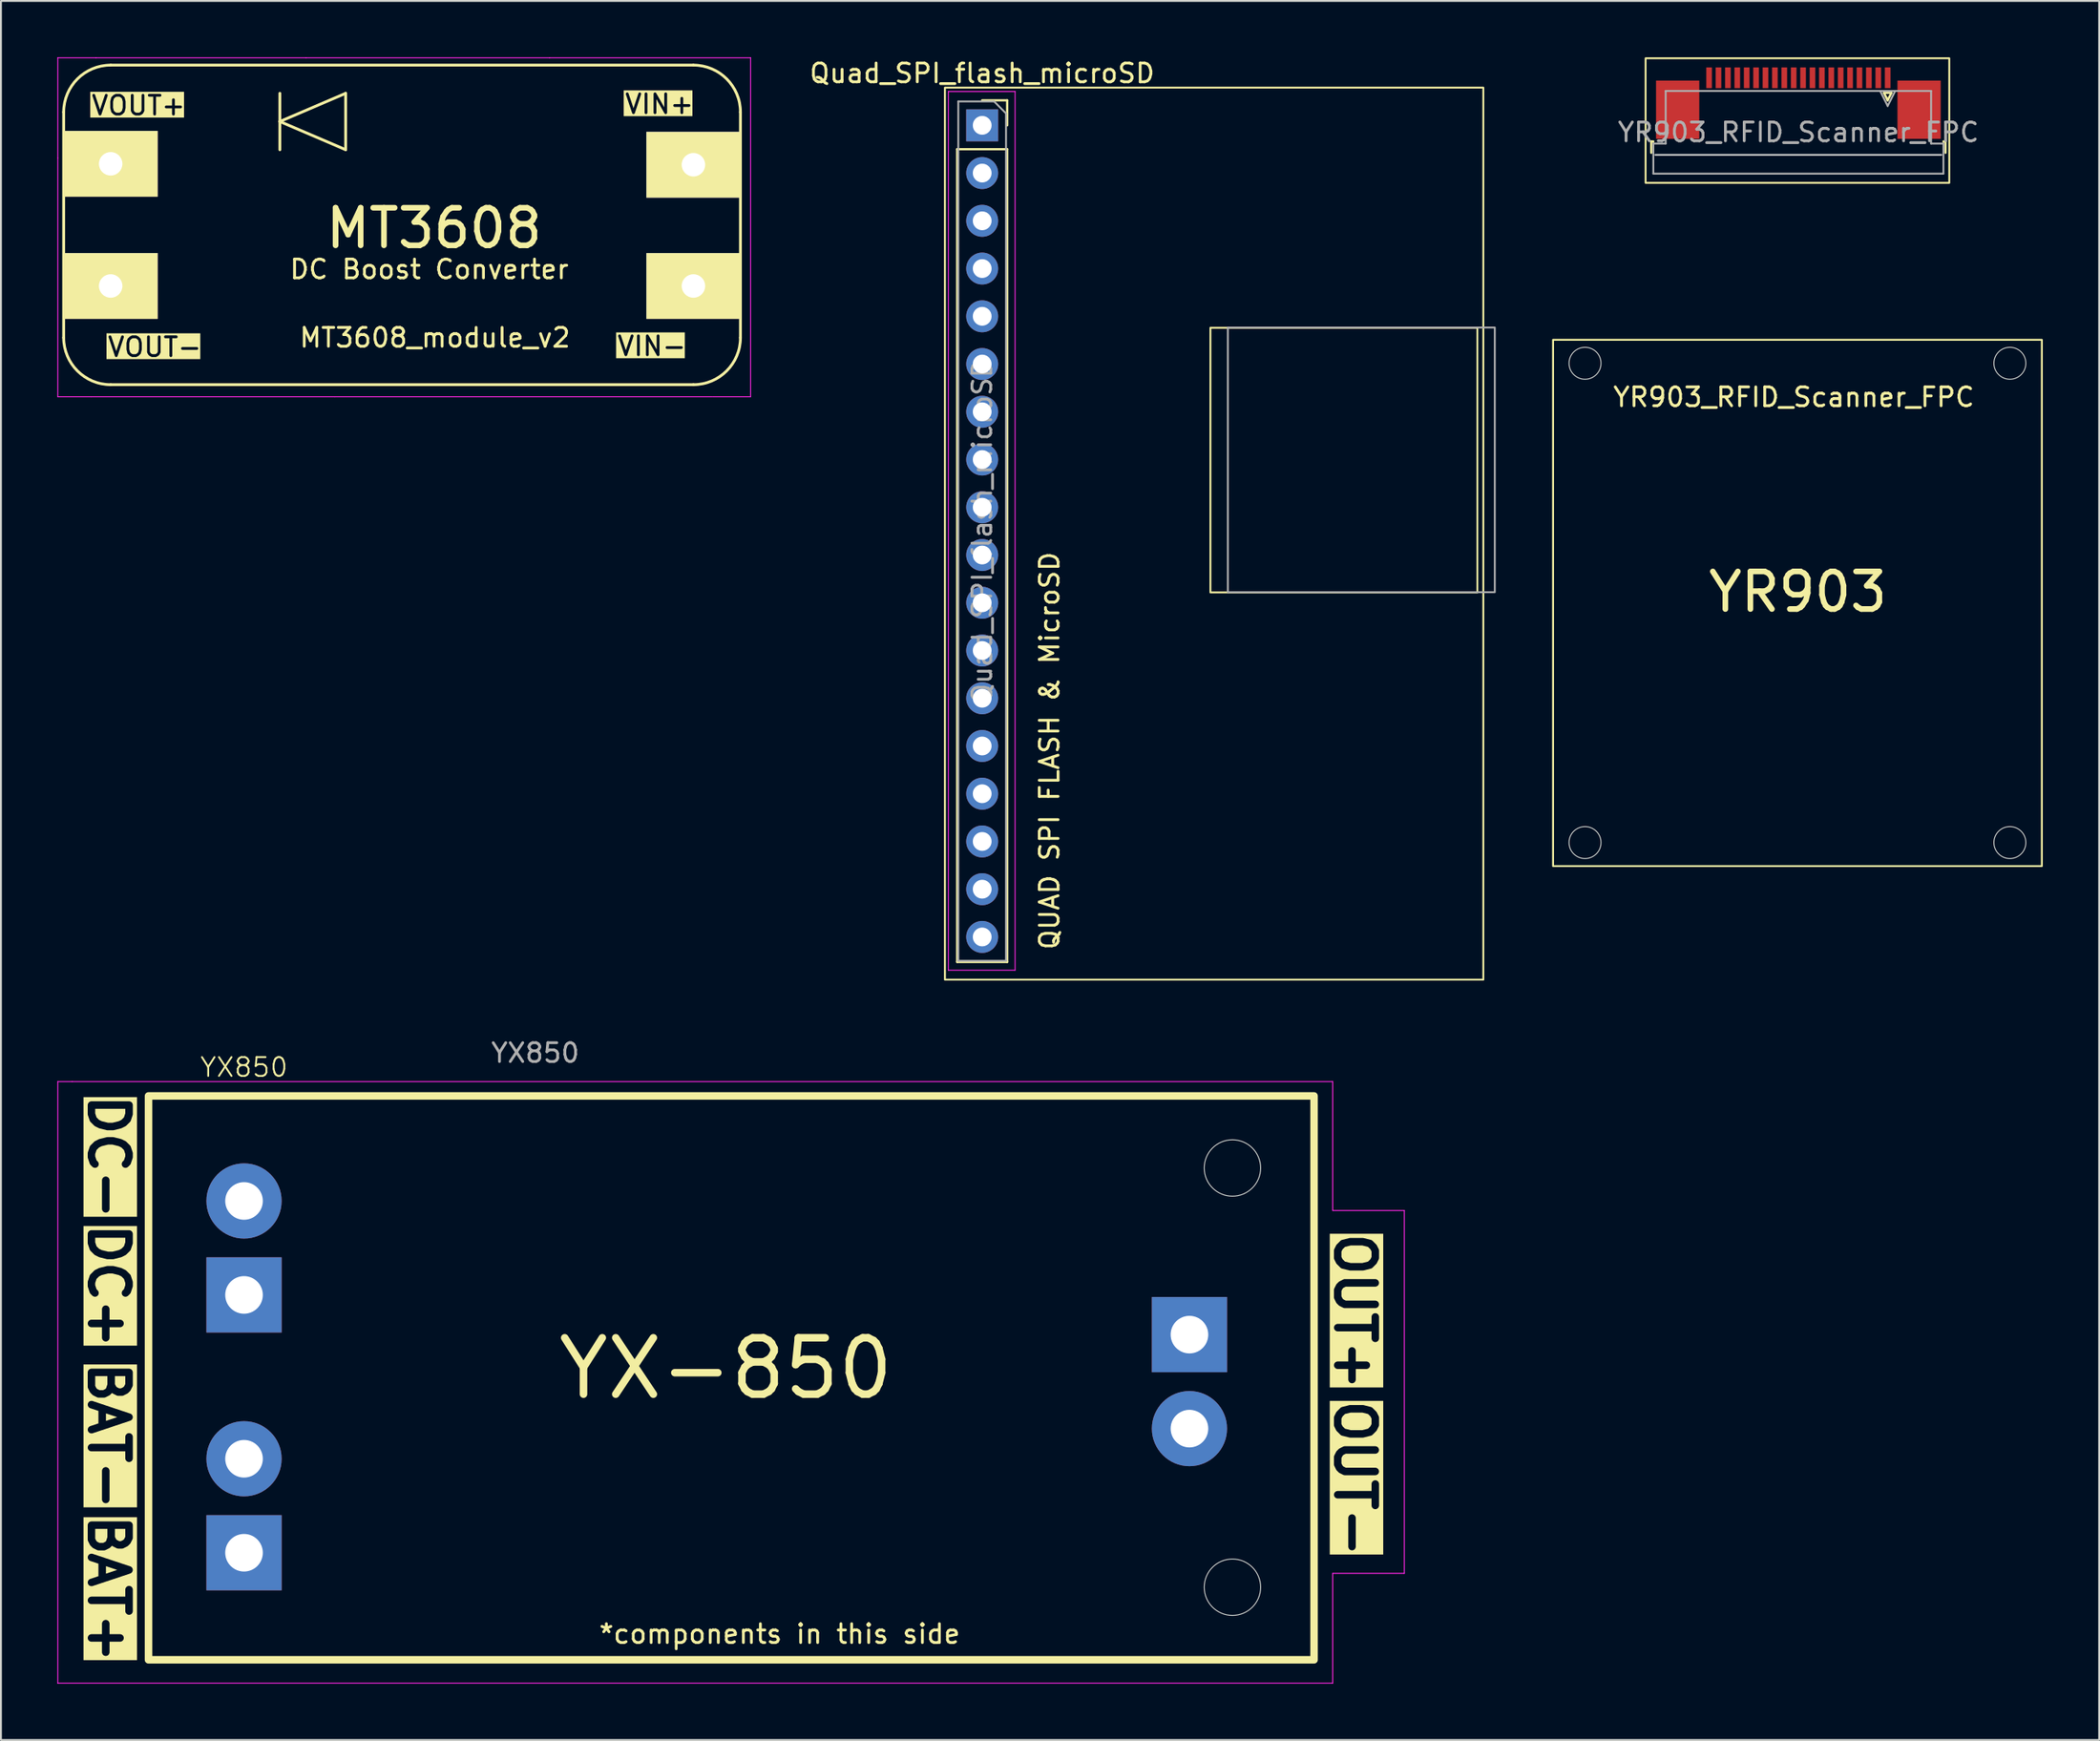
<source format=kicad_pcb>
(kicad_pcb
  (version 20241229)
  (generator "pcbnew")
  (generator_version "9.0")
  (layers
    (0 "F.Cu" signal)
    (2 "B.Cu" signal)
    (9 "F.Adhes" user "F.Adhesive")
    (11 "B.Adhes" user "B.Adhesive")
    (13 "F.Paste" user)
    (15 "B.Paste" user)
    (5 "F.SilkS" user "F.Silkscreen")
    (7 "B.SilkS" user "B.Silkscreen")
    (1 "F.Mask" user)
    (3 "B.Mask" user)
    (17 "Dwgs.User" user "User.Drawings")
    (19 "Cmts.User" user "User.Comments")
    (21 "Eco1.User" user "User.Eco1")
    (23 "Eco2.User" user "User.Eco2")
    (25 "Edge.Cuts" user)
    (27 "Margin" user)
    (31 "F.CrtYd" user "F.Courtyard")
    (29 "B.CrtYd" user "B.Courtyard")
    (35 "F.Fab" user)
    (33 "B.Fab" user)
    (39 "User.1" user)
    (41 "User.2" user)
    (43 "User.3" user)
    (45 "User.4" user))
  (footprint "YR903_RFID_Scanner_FPC"
    (layer "F.Cu")
    (at 92.372 21.179)
    (property "Reference" "YR903_RFID_Scanner_FPC" (at 0 -3.1 0) (layer "F.SilkS") (effects (font (size 1 1) (thickness 0.15))))
    (attr smd)
    (fp_line (start -7.582 -16.701) (end -7.582 -16.101) (stroke (width 0.12) (type solid)) (layer "F.SilkS"))
    (fp_line (start -7.472 -16.701) (end -7.582 -16.701) (stroke (width 0.12) (type solid)) (layer "F.SilkS"))
    (fp_line (start 4.793 -19.291) (end 5.193 -19.291) (stroke (width 0.12) (type solid)) (layer "F.SilkS"))
    (fp_line (start 4.993 -18.891) (end 4.793 -19.291) (stroke (width 0.12) (type solid)) (layer "F.SilkS"))
    (fp_line (start 5.193 -19.291) (end 4.993 -18.891) (stroke (width 0.12) (type solid)) (layer "F.SilkS"))
    (fp_line (start 7.958 -16.701) (end 8.068 -16.701) (stroke (width 0.12) (type solid)) (layer "F.SilkS"))
    (fp_line (start 8.068 -16.701) (end 8.068 -16.101) (stroke (width 0.12) (type solid)) (layer "F.SilkS"))
    (fp_rect (start -12.807 -6.152) (end 13.193 21.848) (stroke (width 0.1) (type default)) (fill no) (layer "F.SilkS"))
    (fp_rect (start 8.27 -21.129) (end -7.885 -14.5) (stroke (width 0.1) (type default)) (fill no) (layer "F.SilkS"))
    (fp_line (start -7.362 -15.991) (end 7.848 -15.991) (stroke (width 0.1) (type solid)) (layer "Dwgs.User"))
    (fp_circle (center -11.107 -4.902) (end -10.257 -4.902) (stroke (width 0.05) (type default)) (fill no) (layer "Edge.Cuts"))
    (fp_circle (center -11.107 20.598) (end -10.257 20.598) (stroke (width 0.05) (type default)) (fill no) (layer "Edge.Cuts"))
    (fp_circle (center 11.493 -4.902) (end 12.343 -4.902) (stroke (width 0.05) (type default)) (fill no) (layer "Edge.Cuts"))
    (fp_circle (center 11.493 20.598) (end 12.343 20.598) (stroke (width 0.05) (type default)) (fill no) (layer "Edge.Cuts"))
    (fp_line (start -7.472 -16.591) (end -7.472 -14.991) (stroke (width 0.1) (type solid)) (layer "F.Fab"))
    (fp_line (start -7.472 -14.991) (end 7.958 -14.991) (stroke (width 0.1) (type solid)) (layer "F.Fab"))
    (fp_line (start -6.817 -19.391) (end -6.817 -16.591) (stroke (width 0.1) (type solid)) (layer "F.Fab"))
    (fp_line (start -6.817 -16.591) (end -7.472 -16.591) (stroke (width 0.1) (type solid)) (layer "F.Fab"))
    (fp_line (start 4.993 -18.591) (end 4.593 -19.391) (stroke (width 0.1) (type solid)) (layer "F.Fab"))
    (fp_line (start 5.393 -19.391) (end 4.993 -18.591) (stroke (width 0.1) (type solid)) (layer "F.Fab"))
    (fp_line (start 7.303 -19.391) (end -6.817 -19.391) (stroke (width 0.1) (type solid)) (layer "F.Fab"))
    (fp_line (start 7.303 -16.591) (end 7.303 -19.391) (stroke (width 0.1) (type solid)) (layer "F.Fab"))
    (fp_line (start 7.958 -16.591) (end 7.303 -16.591) (stroke (width 0.1) (type solid)) (layer "F.Fab"))
    (fp_line (start 7.958 -14.991) (end 7.958 -16.591) (stroke (width 0.1) (type solid)) (layer "F.Fab"))
    (fp_text user "YR903" (at -4.697 8.433 0) (unlocked yes) (layer "F.SilkS") (effects (font (size 2 2) (thickness 0.3)) (justify left bottom)))
    (fp_text user "${REFERENCE}" (at 0.243 -17.191 0) (layer "F.Fab") (effects (font (size 1 1) (thickness 0.15))))
    (pad "1" smd rect (at 4.993 -20.091) (size 0.3 1.1) (layers "F.Cu" "F.Mask" "F.Paste"))
    (pad "2" smd rect (at 4.493 -20.091) (size 0.3 1.1) (layers "F.Cu" "F.Mask" "F.Paste"))
    (pad "3" smd rect (at 3.993 -20.091) (size 0.3 1.1) (layers "F.Cu" "F.Mask" "F.Paste"))
    (pad "4" smd rect (at 3.493 -20.091) (size 0.3 1.1) (layers "F.Cu" "F.Mask" "F.Paste"))
    (pad "5" smd rect (at 2.993 -20.091) (size 0.3 1.1) (layers "F.Cu" "F.Mask" "F.Paste"))
    (pad "6" smd rect (at 2.493 -20.091) (size 0.3 1.1) (layers "F.Cu" "F.Mask" "F.Paste"))
    (pad "7" smd rect (at 1.993 -20.091) (size 0.3 1.1) (layers "F.Cu" "F.Mask" "F.Paste"))
    (pad "8" smd rect (at 1.493 -20.091) (size 0.3 1.1) (layers "F.Cu" "F.Mask" "F.Paste"))
    (pad "9" smd rect (at 0.993 -20.091) (size 0.3 1.1) (layers "F.Cu" "F.Mask" "F.Paste"))
    (pad "10" smd rect (at 0.493 -20.091) (size 0.3 1.1) (layers "F.Cu" "F.Mask" "F.Paste"))
    (pad "11" smd rect (at -0.007 -20.091) (size 0.3 1.1) (layers "F.Cu" "F.Mask" "F.Paste"))
    (pad "12" smd rect (at -0.507 -20.091) (size 0.3 1.1) (layers "F.Cu" "F.Mask" "F.Paste"))
    (pad "13" smd rect (at -1.007 -20.091) (size 0.3 1.1) (layers "F.Cu" "F.Mask" "F.Paste"))
    (pad "14" smd rect (at -1.507 -20.091) (size 0.3 1.1) (layers "F.Cu" "F.Mask" "F.Paste"))
    (pad "15" smd rect (at -2.007 -20.091) (size 0.3 1.1) (layers "F.Cu" "F.Mask" "F.Paste"))
    (pad "16" smd rect (at -2.507 -20.091) (size 0.3 1.1) (layers "F.Cu" "F.Mask" "F.Paste"))
    (pad "17" smd rect (at -3.007 -20.091) (size 0.3 1.1) (layers "F.Cu" "F.Mask" "F.Paste"))
    (pad "18" smd rect (at -3.507 -20.091) (size 0.3 1.1) (layers "F.Cu" "F.Mask" "F.Paste"))
    (pad "19" smd rect (at -4.007 -20.091) (size 0.3 1.1) (layers "F.Cu" "F.Mask" "F.Paste"))
    (pad "20" smd rect (at -4.507 -20.091) (size 0.3 1.1) (layers "F.Cu" "F.Mask" "F.Paste"))
    (pad "MP" smd rect (at -6.177 -18.391) (size 2.3 3.1) (layers "F.Cu" "F.Mask" "F.Paste"))
    (pad "MP" smd rect (at 6.663 -18.391) (size 2.3 3.1) (layers "F.Cu" "F.Mask" "F.Paste")))
  (footprint "MT3608_module_v2"
    (layer "F.Cu")
    (at 19.837 8.915)
    (property "Reference" "MT3608_module_v2" (at 0.25 6 180) (layer "F.SilkS") (effects (font (size 1 1) (thickness 0.15))))
    (attr through_hole)
    (fp_line (start -19.5 -6) (end -19.5 6) (stroke (width 0.15) (type solid)) (layer "F.SilkS"))
    (fp_line (start -17 8.5) (end 14 8.5) (stroke (width 0.15) (type solid)) (layer "F.SilkS"))
    (fp_line (start -8 -7) (end -8 -4) (stroke (width 0.15) (type solid)) (layer "F.SilkS"))
    (fp_line (start -8 -5.5) (end -4.5 -7) (stroke (width 0.15) (type solid)) (layer "F.SilkS"))
    (fp_line (start -4.5 -7) (end -4.5 -4) (stroke (width 0.15) (type solid)) (layer "F.SilkS"))
    (fp_line (start -4.5 -4) (end -8 -5.5) (stroke (width 0.15) (type solid)) (layer "F.SilkS"))
    (fp_line (start 14 -8.5) (end -17 -8.5) (stroke (width 0.15) (type solid)) (layer "F.SilkS"))
    (fp_line (start 16.5 6) (end 16.5 -6) (stroke (width 0.15) (type solid)) (layer "F.SilkS"))
    (fp_arc (start -19.5 -6) (mid -18.767767 -7.767767) (end -17 -8.5) (stroke (width 0.15) (type solid)) (layer "F.SilkS"))
    (fp_arc (start -17 8.5) (mid -18.767767 7.767767) (end -19.5 6) (stroke (width 0.15) (type solid)) (layer "F.SilkS"))
    (fp_arc (start 14 -8.5) (mid 15.767767 -7.767767) (end 16.5 -6) (stroke (width 0.15) (type solid)) (layer "F.SilkS"))
    (fp_arc (start 16.5 6) (mid 15.767767 7.767767) (end 14 8.5) (stroke (width 0.15) (type solid)) (layer "F.SilkS"))
    (fp_line (start -19.812 -8.89) (end -17.78 -8.89) (stroke (width 0.05) (type default)) (layer "F.CrtYd"))
    (fp_line (start -19.812 -3.556) (end -19.812 -8.89) (stroke (width 0.05) (type default)) (layer "F.CrtYd"))
    (fp_line (start -19.812 9.144) (end -19.812 -3.556) (stroke (width 0.05) (type default)) (layer "F.CrtYd"))
    (fp_line (start -18.034 9.144) (end -19.812 9.144) (stroke (width 0.05) (type default)) (layer "F.CrtYd"))
    (fp_line (start -17.78 -8.89) (end -6.604 -8.89) (stroke (width 0.05) (type default)) (layer "F.CrtYd"))
    (fp_line (start -6.604 -8.89) (end 6.35 -8.89) (stroke (width 0.05) (type default)) (layer "F.CrtYd"))
    (fp_line (start -5.08 9.144) (end -18.034 9.144) (stroke (width 0.05) (type default)) (layer "F.CrtYd"))
    (fp_line (start -5.08 9.144) (end 14.986 9.144) (stroke (width 0.05) (type default)) (layer "F.CrtYd"))
    (fp_line (start 6.35 -8.89) (end 17.043 -8.89) (stroke (width 0.05) (type default)) (layer "F.CrtYd"))
    (fp_line (start 17.043 -8.89) (end 17.043 9.144) (stroke (width 0.05) (type default)) (layer "F.CrtYd"))
    (fp_line (start 17.043 9.144) (end 15.011 9.144) (stroke (width 0.05) (type default)) (layer "F.CrtYd"))
    (fp_text user "VOUT+" (at -15.519 -6.35 0) (layer "F.SilkS" knockout) (effects (font (size 1 1) (thickness 0.15))))
    (fp_text user "VIN-" (at 11.786 6.452 0) (layer "F.SilkS" knockout) (effects (font (size 1 1) (thickness 0.15))))
    (fp_text user "VIN+" (at 12.192 -6.426 0) (layer "F.SilkS" knockout) (effects (font (size 1 1) (thickness 0.15))))
    (fp_text user "MT3608" (at 0.203 0.178 0) (layer "F.SilkS") (effects (font (size 2 2) (thickness 0.3))))
    (fp_text user "VOUT-" (at -14.656 6.5 0) (layer "F.SilkS" knockout) (effects (font (size 1 1) (thickness 0.15))))
    (fp_text user "DC Boost Converter" (at -0.051 2.362 0) (layer "F.SilkS") (effects (font (size 1 1) (thickness 0.15))))
    (pad "1" thru_hole rect (at 14 -3.2 180) (size 5 3.5) (drill 1.25) (layers "*.Cu" "*.Mask" "F.SilkS"))
    (pad "2" thru_hole rect (at 14 3.25 180) (size 5 3.5) (drill 1.25) (layers "*.Cu" "*.Mask" "F.SilkS"))
    (pad "3" thru_hole rect (at -17 3.25 180) (size 5 3.5) (drill 1.25) (layers "*.Cu" "*.Mask" "F.SilkS"))
    (pad "4" thru_hole rect (at -17 -3.25 180) (size 5 3.5) (drill 1.25) (layers "*.Cu" "*.Mask" "F.SilkS")))
  (footprint "YX850"
    (layer "F.Cu")
    (at 4.597 70.242)
    (property "Reference" "YX850" (at 5.334 -16.51 0) (unlocked yes) (layer "F.SilkS") (effects (font (size 1 1) (thickness 0.1))))
    (attr through_hole)
    (fp_rect (start 0.254 -14.986) (end 62.254 15.014) (stroke (width 0.4) (type default)) (fill no) (layer "F.SilkS"))
    (fp_circle (center 57.912 -11.152) (end 59.412 -11.152) (stroke (width 0.05) (type default)) (fill no) (layer "Edge.Cuts"))
    (fp_circle (center 57.912 11.152) (end 59.412 11.152) (stroke (width 0.05) (type default)) (fill no) (layer "Edge.Cuts"))
    (fp_line (start -4.572 -15.748) (end -3.81 -15.748) (stroke (width 0.05) (type default)) (layer "F.CrtYd"))
    (fp_line (start -4.572 16.256) (end -4.572 -15.748) (stroke (width 0.05) (type default)) (layer "F.CrtYd"))
    (fp_line (start -3.81 -15.748) (end 63.246 -15.748) (stroke (width 0.05) (type default)) (layer "F.CrtYd"))
    (fp_line (start 63.246 -15.748) (end 63.246 -8.89) (stroke (width 0.05) (type default)) (layer "F.CrtYd"))
    (fp_line (start 63.246 -8.89) (end 67.056 -8.89) (stroke (width 0.05) (type default)) (layer "F.CrtYd"))
    (fp_line (start 63.246 10.414) (end 63.246 16.256) (stroke (width 0.05) (type default)) (layer "F.CrtYd"))
    (fp_line (start 63.246 16.256) (end -4.572 16.256) (stroke (width 0.05) (type default)) (layer "F.CrtYd"))
    (fp_line (start 67.056 -8.89) (end 67.056 10.414) (stroke (width 0.05) (type default)) (layer "F.CrtYd"))
    (fp_line (start 67.056 10.414) (end 63.246 10.414) (stroke (width 0.05) (type default)) (layer "F.CrtYd"))
    (fp_text user "BAT+" (at -3.048 7.112 270) (unlocked yes) (layer "F.SilkS" knockout) (effects (font (size 2 2) (thickness 0.4) (bold yes)) (justify left bottom)))
    (fp_text user "DC-" (at -3.048 -15.24 270) (unlocked yes) (layer "F.SilkS" knockout) (effects (font (size 2 2) (thickness 0.4) (bold yes)) (justify left bottom)))
    (fp_text user "BAT-" (at -3.048 -1.016 270) (unlocked yes) (layer "F.SilkS" knockout) (effects (font (size 2 2) (thickness 0.4) (bold yes)) (justify left bottom)))
    (fp_text user "OUT+" (at 63.246 -7.874 270) (unlocked yes) (layer "F.SilkS" knockout) (effects (font (size 2 2) (thickness 0.4) (bold yes)) (justify left bottom)))
    (fp_text user "YX-850" (at 21.844 1.27 0) (unlocked yes) (layer "F.SilkS") (effects (font (size 3 3) (thickness 0.4) (bold yes)) (justify left bottom)))
    (fp_text user "DC+" (at -3.048 -8.382 270) (unlocked yes) (layer "F.SilkS" knockout) (effects (font (size 2 2) (thickness 0.4) (bold yes)) (justify left bottom)))
    (fp_text user "*components in this side" (at 24.13 14.224 0) (unlocked yes) (layer "F.SilkS") (effects (font (size 1 1) (thickness 0.15)) (justify left bottom)))
    (fp_text user "OUT-" (at 63.246 1.016 270) (unlocked yes) (layer "F.SilkS" knockout) (effects (font (size 2 2) (thickness 0.4) (bold yes)) (justify left bottom)))
    (fp_text user "${REFERENCE}" (at 20.828 -17.272 0) (unlocked yes) (layer "F.Fab") (effects (font (size 1 1) (thickness 0.15))))
    (pad "1" thru_hole rect (at 55.626 -2.286) (size 4 4) (drill 2) (layers "*.Cu" "*.Mask"))
    (pad "2" thru_hole circle (at 55.626 2.714) (size 4 4) (drill 2) (layers "*.Cu" "*.Mask"))
    (pad "3" thru_hole circle (at 5.334 4.318) (size 4 4) (drill 2) (layers "*.Cu" "*.Mask"))
    (pad "4" thru_hole rect (at 5.334 9.318) (size 4 4) (drill 2) (layers "*.Cu" "*.Mask"))
    (pad "5" thru_hole rect (at 5.334 -4.398) (size 4 4) (drill 2) (layers "*.Cu" "*.Mask"))
    (pad "6" thru_hole circle (at 5.334 -9.398) (size 4 4) (drill 2) (layers "*.Cu" "*.Mask")))
  (footprint "Quad_SPI_flash_microSD"
    (layer "F.Cu")
    (at 49.197 3.618)
    (property "Reference" "Quad_SPI_flash_microSD" (at 0 -2.77 0) (layer "F.SilkS") (effects (font (size 1 1) (thickness 0.15))))
    (attr through_hole)
    (fp_line (start -1.33 1.27) (end -1.33 44.51) (stroke (width 0.12) (type solid)) (layer "F.SilkS"))
    (fp_line (start -1.33 1.27) (end 1.33 1.27) (stroke (width 0.12) (type solid)) (layer "F.SilkS"))
    (fp_line (start -1.33 44.51) (end 1.33 44.51) (stroke (width 0.12) (type solid)) (layer "F.SilkS"))
    (fp_line (start 0 -1.33) (end 1.33 -1.33) (stroke (width 0.12) (type solid)) (layer "F.SilkS"))
    (fp_line (start 1.33 -1.33) (end 1.33 0) (stroke (width 0.12) (type solid)) (layer "F.SilkS"))
    (fp_line (start 1.33 1.27) (end 1.33 44.51) (stroke (width 0.12) (type solid)) (layer "F.SilkS"))
    (fp_rect (start -1.981 -2.007) (end 26.659 45.453) (stroke (width 0.1) (type default)) (fill no) (layer "F.SilkS"))
    (fp_rect (start 12.141 10.77) (end 26.341 24.85) (stroke (width 0.1) (type default)) (fill no) (layer "F.SilkS"))
    (fp_line (start -1.8 -1.8) (end 1.75 -1.8) (stroke (width 0.05) (type solid)) (layer "F.CrtYd"))
    (fp_line (start -1.8 44.95) (end -1.8 -1.8) (stroke (width 0.05) (type solid)) (layer "F.CrtYd"))
    (fp_line (start 1.75 -1.8) (end 1.75 44.95) (stroke (width 0.05) (type solid)) (layer "F.CrtYd"))
    (fp_line (start 1.75 44.95) (end -1.8 44.95) (stroke (width 0.05) (type solid)) (layer "F.CrtYd"))
    (fp_line (start -1.27 -1.27) (end 0.635 -1.27) (stroke (width 0.1) (type solid)) (layer "F.Fab"))
    (fp_line (start -1.27 44.45) (end -1.27 -1.27) (stroke (width 0.1) (type solid)) (layer "F.Fab"))
    (fp_line (start 0.635 -1.27) (end 1.27 -0.635) (stroke (width 0.1) (type solid)) (layer "F.Fab"))
    (fp_line (start 1.27 -0.635) (end 1.27 44.45) (stroke (width 0.1) (type solid)) (layer "F.Fab"))
    (fp_line (start 1.27 44.45) (end -1.27 44.45) (stroke (width 0.1) (type solid)) (layer "F.Fab"))
    (fp_rect (start 13.068 10.757) (end 27.268 24.837) (stroke (width 0.1) (type default)) (fill no) (layer "F.Fab"))
    (fp_text user "QUAD SPI FLASH & MicroSD" (at 4.166 43.942 90) (unlocked yes) (layer "F.SilkS") (effects (font (size 1 1) (thickness 0.15)) (justify left bottom)))
    (fp_text user "${REFERENCE}" (at 0 21.59 90) (layer "F.Fab") (effects (font (size 1 1) (thickness 0.15))))
    (pad "1" thru_hole rect (at 0 0) (size 1.7 1.7) (drill 1) (layers "*.Cu" "*.Mask"))
    (pad "2" thru_hole oval (at 0 2.54) (size 1.7 1.7) (drill 1) (layers "*.Cu" "*.Mask"))
    (pad "3" thru_hole oval (at 0 5.08) (size 1.7 1.7) (drill 1) (layers "*.Cu" "*.Mask"))
    (pad "4" thru_hole oval (at 0 7.62) (size 1.7 1.7) (drill 1) (layers "*.Cu" "*.Mask"))
    (pad "5" thru_hole oval (at 0 10.16) (size 1.7 1.7) (drill 1) (layers "*.Cu" "*.Mask"))
    (pad "6" thru_hole oval (at 0 12.7) (size 1.7 1.7) (drill 1) (layers "*.Cu" "*.Mask"))
    (pad "7" thru_hole oval (at 0 15.24) (size 1.7 1.7) (drill 1) (layers "*.Cu" "*.Mask"))
    (pad "8" thru_hole oval (at 0 17.78) (size 1.7 1.7) (drill 1) (layers "*.Cu" "*.Mask"))
    (pad "9" thru_hole oval (at 0 20.32) (size 1.7 1.7) (drill 1) (layers "*.Cu" "*.Mask"))
    (pad "10" thru_hole oval (at 0 22.86) (size 1.7 1.7) (drill 1) (layers "*.Cu" "*.Mask"))
    (pad "11" thru_hole oval (at 0 25.4) (size 1.7 1.7) (drill 1) (layers "*.Cu" "*.Mask"))
    (pad "12" thru_hole oval (at 0 27.94) (size 1.7 1.7) (drill 1) (layers "*.Cu" "*.Mask"))
    (pad "13" thru_hole oval (at 0 30.48) (size 1.7 1.7) (drill 1) (layers "*.Cu" "*.Mask"))
    (pad "14" thru_hole oval (at 0 33.02) (size 1.7 1.7) (drill 1) (layers "*.Cu" "*.Mask"))
    (pad "15" thru_hole oval (at 0 35.56) (size 1.7 1.7) (drill 1) (layers "*.Cu" "*.Mask"))
    (pad "16" thru_hole oval (at 0 38.1) (size 1.7 1.7) (drill 1) (layers "*.Cu" "*.Mask"))
    (pad "17" thru_hole oval (at 0 40.64) (size 1.7 1.7) (drill 1) (layers "*.Cu" "*.Mask"))
    (pad "18" thru_hole oval (at 0 43.18) (size 1.7 1.7) (drill 1) (layers "*.Cu" "*.Mask")))
  (gr_rect
    (start -3 -3)
    (end 108.615 89.523)
    (stroke (width 0.1) (type default))
    (fill no)
    (layer "Edge.Cuts")))
</source>
